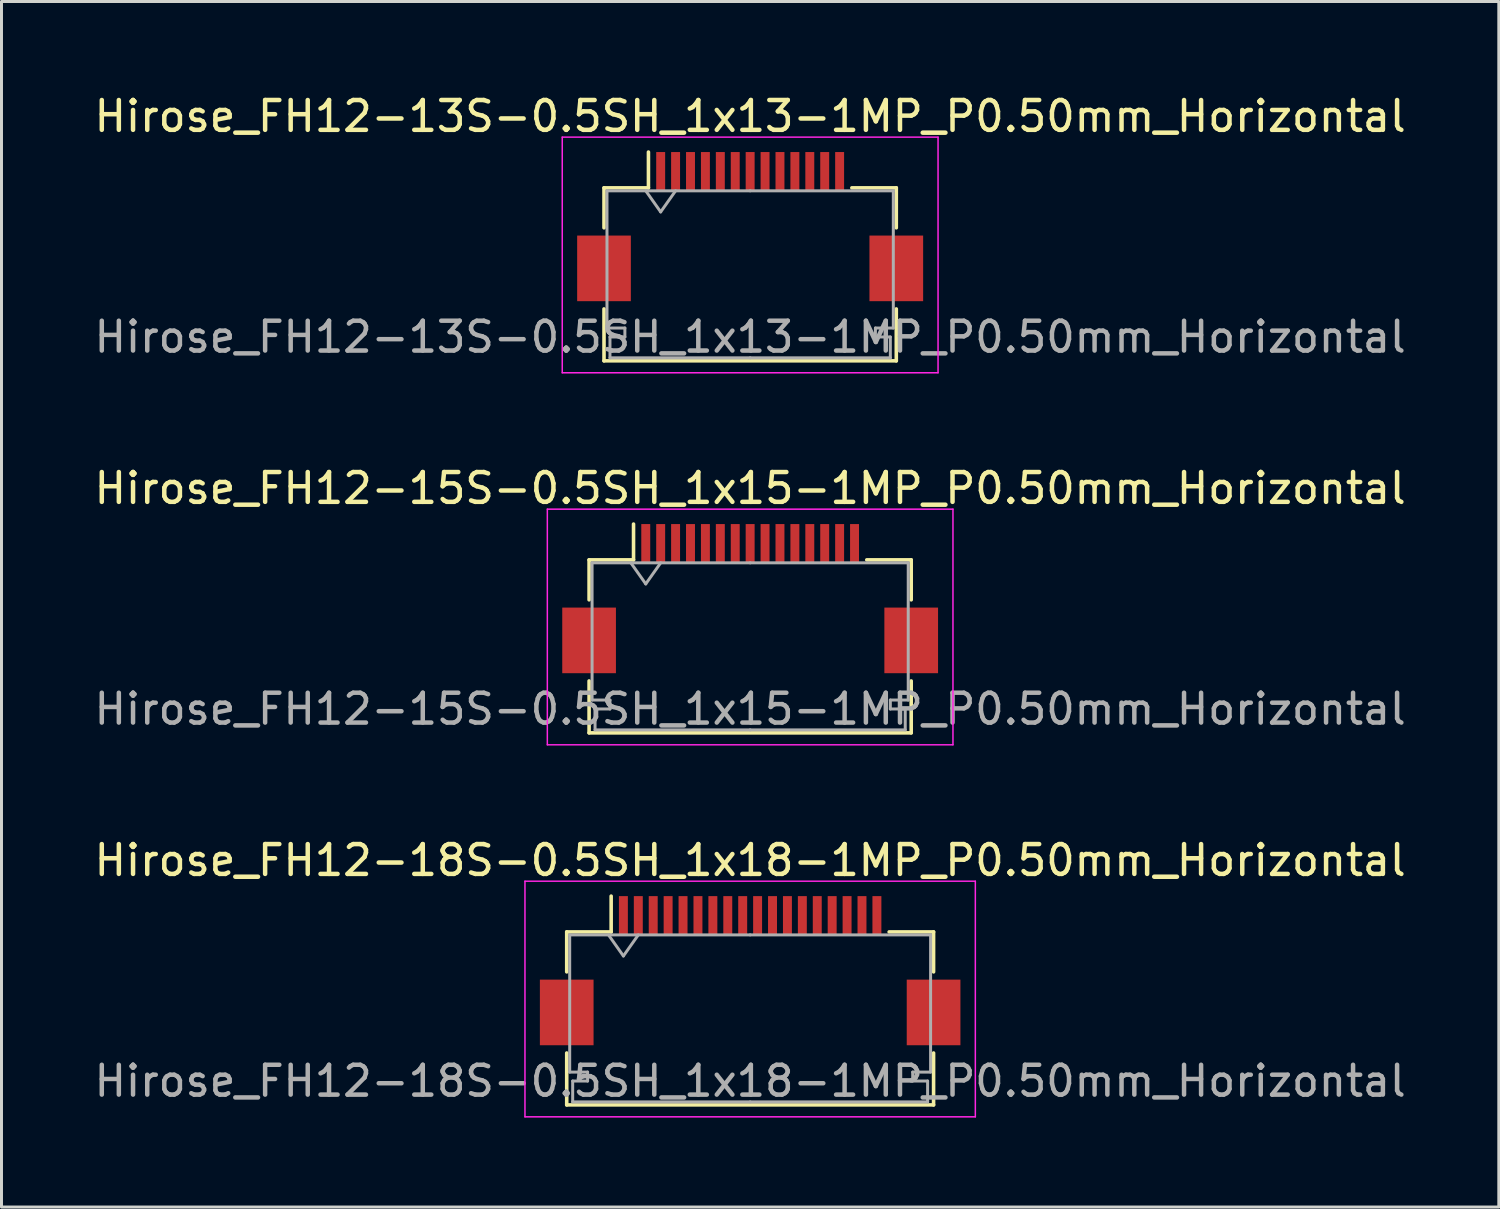
<source format=kicad_pcb>
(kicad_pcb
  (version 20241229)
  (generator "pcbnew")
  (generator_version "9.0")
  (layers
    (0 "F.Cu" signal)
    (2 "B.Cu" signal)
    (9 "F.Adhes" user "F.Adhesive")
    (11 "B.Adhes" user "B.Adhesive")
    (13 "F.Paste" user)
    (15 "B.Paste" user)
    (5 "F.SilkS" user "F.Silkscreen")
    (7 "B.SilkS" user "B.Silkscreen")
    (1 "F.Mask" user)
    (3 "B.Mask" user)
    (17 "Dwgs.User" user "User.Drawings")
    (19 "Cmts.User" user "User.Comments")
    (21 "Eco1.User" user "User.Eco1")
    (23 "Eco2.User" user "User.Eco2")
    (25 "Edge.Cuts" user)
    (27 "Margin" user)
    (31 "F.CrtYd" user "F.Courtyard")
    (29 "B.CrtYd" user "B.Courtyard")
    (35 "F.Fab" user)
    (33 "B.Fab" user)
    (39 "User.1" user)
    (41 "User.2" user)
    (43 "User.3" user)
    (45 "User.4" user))
  (footprint "Hirose_FH12-13S-0.5SH_1x13-1MP_P0.50mm_Horizontal"
    (layer "F.Cu")
    (at 22.101 4.548)
    (property "Reference" "Hirose_FH12-13S-0.5SH_1x13-1MP_P0.50mm_Horizontal" (at 0 -3.7 0) (layer "F.SilkS") (effects (font (size 1 1) (thickness 0.15))))
    (attr smd)
    (fp_line (start -4.9 -1.3) (end -4.9 0.04) (stroke (width 0.12) (type solid)) (layer "F.SilkS"))
    (fp_line (start -4.9 2.76) (end -4.9 4.5) (stroke (width 0.12) (type solid)) (layer "F.SilkS"))
    (fp_line (start -4.9 4.5) (end 4.9 4.5) (stroke (width 0.12) (type solid)) (layer "F.SilkS"))
    (fp_line (start -3.41 -1.3) (end -4.9 -1.3) (stroke (width 0.12) (type solid)) (layer "F.SilkS"))
    (fp_line (start -3.41 -1.3) (end -3.41 -2.5) (stroke (width 0.12) (type solid)) (layer "F.SilkS"))
    (fp_line (start 3.41 -1.3) (end 4.9 -1.3) (stroke (width 0.12) (type solid)) (layer "F.SilkS"))
    (fp_line (start 4.9 -1.3) (end 4.9 0.04) (stroke (width 0.12) (type solid)) (layer "F.SilkS"))
    (fp_line (start 4.9 4.5) (end 4.9 2.76) (stroke (width 0.12) (type solid)) (layer "F.SilkS"))
    (fp_line (start -6.3 -3) (end -6.3 4.9) (stroke (width 0.05) (type solid)) (layer "F.CrtYd"))
    (fp_line (start -6.3 4.9) (end 6.3 4.9) (stroke (width 0.05) (type solid)) (layer "F.CrtYd"))
    (fp_line (start 6.3 -3) (end -6.3 -3) (stroke (width 0.05) (type solid)) (layer "F.CrtYd"))
    (fp_line (start 6.3 4.9) (end 6.3 -3) (stroke (width 0.05) (type solid)) (layer "F.CrtYd"))
    (fp_line (start -4.8 -1.2) (end -4.8 3.4) (stroke (width 0.1) (type solid)) (layer "F.Fab"))
    (fp_line (start -4.8 3.4) (end -4.2 3.4) (stroke (width 0.1) (type solid)) (layer "F.Fab"))
    (fp_line (start -4.7 3.7) (end -4.7 4.4) (stroke (width 0.1) (type solid)) (layer "F.Fab"))
    (fp_line (start -4.7 4.4) (end 0 4.4) (stroke (width 0.1) (type solid)) (layer "F.Fab"))
    (fp_line (start -4.2 3.4) (end -4.2 3.7) (stroke (width 0.1) (type solid)) (layer "F.Fab"))
    (fp_line (start -4.2 3.7) (end -4.7 3.7) (stroke (width 0.1) (type solid)) (layer "F.Fab"))
    (fp_line (start -3.5 -1.2) (end -3 -0.493) (stroke (width 0.1) (type solid)) (layer "F.Fab"))
    (fp_line (start -3 -0.493) (end -2.5 -1.2) (stroke (width 0.1) (type solid)) (layer "F.Fab"))
    (fp_line (start 0 -1.2) (end -4.8 -1.2) (stroke (width 0.1) (type solid)) (layer "F.Fab"))
    (fp_line (start 0 -1.2) (end 4.8 -1.2) (stroke (width 0.1) (type solid)) (layer "F.Fab"))
    (fp_line (start 4.2 3.4) (end 4.2 3.7) (stroke (width 0.1) (type solid)) (layer "F.Fab"))
    (fp_line (start 4.2 3.7) (end 4.7 3.7) (stroke (width 0.1) (type solid)) (layer "F.Fab"))
    (fp_line (start 4.7 3.7) (end 4.7 4.4) (stroke (width 0.1) (type solid)) (layer "F.Fab"))
    (fp_line (start 4.7 4.4) (end 0 4.4) (stroke (width 0.1) (type solid)) (layer "F.Fab"))
    (fp_line (start 4.8 -1.2) (end 4.8 3.4) (stroke (width 0.1) (type solid)) (layer "F.Fab"))
    (fp_line (start 4.8 3.4) (end 4.2 3.4) (stroke (width 0.1) (type solid)) (layer "F.Fab"))
    (fp_text user "${REFERENCE}" (at 0 3.7 0) (layer "F.Fab") (effects (font (size 1 1) (thickness 0.15))))
    (pad "1" smd rect (at -3 -1.85) (size 0.3 1.3) (layers "F.Cu" "F.Mask" "F.Paste"))
    (pad "2" smd rect (at -2.5 -1.85) (size 0.3 1.3) (layers "F.Cu" "F.Mask" "F.Paste"))
    (pad "3" smd rect (at -2 -1.85) (size 0.3 1.3) (layers "F.Cu" "F.Mask" "F.Paste"))
    (pad "4" smd rect (at -1.5 -1.85) (size 0.3 1.3) (layers "F.Cu" "F.Mask" "F.Paste"))
    (pad "5" smd rect (at -1 -1.85) (size 0.3 1.3) (layers "F.Cu" "F.Mask" "F.Paste"))
    (pad "6" smd rect (at -0.5 -1.85) (size 0.3 1.3) (layers "F.Cu" "F.Mask" "F.Paste"))
    (pad "7" smd rect (at 0 -1.85) (size 0.3 1.3) (layers "F.Cu" "F.Mask" "F.Paste"))
    (pad "8" smd rect (at 0.5 -1.85) (size 0.3 1.3) (layers "F.Cu" "F.Mask" "F.Paste"))
    (pad "9" smd rect (at 1 -1.85) (size 0.3 1.3) (layers "F.Cu" "F.Mask" "F.Paste"))
    (pad "10" smd rect (at 1.5 -1.85) (size 0.3 1.3) (layers "F.Cu" "F.Mask" "F.Paste"))
    (pad "11" smd rect (at 2 -1.85) (size 0.3 1.3) (layers "F.Cu" "F.Mask" "F.Paste"))
    (pad "12" smd rect (at 2.5 -1.85) (size 0.3 1.3) (layers "F.Cu" "F.Mask" "F.Paste"))
    (pad "13" smd rect (at 3 -1.85) (size 0.3 1.3) (layers "F.Cu" "F.Mask" "F.Paste"))
    (pad "MP" smd rect (at -4.9 1.4) (size 1.8 2.2) (layers "F.Cu" "F.Mask" "F.Paste"))
    (pad "MP" smd rect (at 4.9 1.4) (size 1.8 2.2) (layers "F.Cu" "F.Mask" "F.Paste")))
  (footprint "Hirose_FH12-15S-0.5SH_1x15-1MP_P0.50mm_Horizontal"
    (layer "F.Cu")
    (at 22.101 17.021)
    (property "Reference" "Hirose_FH12-15S-0.5SH_1x15-1MP_P0.50mm_Horizontal" (at 0 -3.7 0) (layer "F.SilkS") (effects (font (size 1 1) (thickness 0.15))))
    (attr smd)
    (fp_line (start -5.4 -1.3) (end -5.4 0.04) (stroke (width 0.12) (type solid)) (layer "F.SilkS"))
    (fp_line (start -5.4 2.76) (end -5.4 4.5) (stroke (width 0.12) (type solid)) (layer "F.SilkS"))
    (fp_line (start -5.4 4.5) (end 5.4 4.5) (stroke (width 0.12) (type solid)) (layer "F.SilkS"))
    (fp_line (start -3.91 -1.3) (end -5.4 -1.3) (stroke (width 0.12) (type solid)) (layer "F.SilkS"))
    (fp_line (start -3.91 -1.3) (end -3.91 -2.5) (stroke (width 0.12) (type solid)) (layer "F.SilkS"))
    (fp_line (start 3.91 -1.3) (end 5.4 -1.3) (stroke (width 0.12) (type solid)) (layer "F.SilkS"))
    (fp_line (start 5.4 -1.3) (end 5.4 0.04) (stroke (width 0.12) (type solid)) (layer "F.SilkS"))
    (fp_line (start 5.4 4.5) (end 5.4 2.76) (stroke (width 0.12) (type solid)) (layer "F.SilkS"))
    (fp_line (start -6.8 -3) (end -6.8 4.9) (stroke (width 0.05) (type solid)) (layer "F.CrtYd"))
    (fp_line (start -6.8 4.9) (end 6.8 4.9) (stroke (width 0.05) (type solid)) (layer "F.CrtYd"))
    (fp_line (start 6.8 -3) (end -6.8 -3) (stroke (width 0.05) (type solid)) (layer "F.CrtYd"))
    (fp_line (start 6.8 4.9) (end 6.8 -3) (stroke (width 0.05) (type solid)) (layer "F.CrtYd"))
    (fp_line (start -5.3 -1.2) (end -5.3 3.4) (stroke (width 0.1) (type solid)) (layer "F.Fab"))
    (fp_line (start -5.3 3.4) (end -4.7 3.4) (stroke (width 0.1) (type solid)) (layer "F.Fab"))
    (fp_line (start -5.2 3.7) (end -5.2 4.4) (stroke (width 0.1) (type solid)) (layer "F.Fab"))
    (fp_line (start -5.2 4.4) (end 0 4.4) (stroke (width 0.1) (type solid)) (layer "F.Fab"))
    (fp_line (start -4.7 3.4) (end -4.7 3.7) (stroke (width 0.1) (type solid)) (layer "F.Fab"))
    (fp_line (start -4.7 3.7) (end -5.2 3.7) (stroke (width 0.1) (type solid)) (layer "F.Fab"))
    (fp_line (start -4 -1.2) (end -3.5 -0.493) (stroke (width 0.1) (type solid)) (layer "F.Fab"))
    (fp_line (start -3.5 -0.493) (end -3 -1.2) (stroke (width 0.1) (type solid)) (layer "F.Fab"))
    (fp_line (start 0 -1.2) (end -5.3 -1.2) (stroke (width 0.1) (type solid)) (layer "F.Fab"))
    (fp_line (start 0 -1.2) (end 5.3 -1.2) (stroke (width 0.1) (type solid)) (layer "F.Fab"))
    (fp_line (start 4.7 3.4) (end 4.7 3.7) (stroke (width 0.1) (type solid)) (layer "F.Fab"))
    (fp_line (start 4.7 3.7) (end 5.2 3.7) (stroke (width 0.1) (type solid)) (layer "F.Fab"))
    (fp_line (start 5.2 3.7) (end 5.2 4.4) (stroke (width 0.1) (type solid)) (layer "F.Fab"))
    (fp_line (start 5.2 4.4) (end 0 4.4) (stroke (width 0.1) (type solid)) (layer "F.Fab"))
    (fp_line (start 5.3 -1.2) (end 5.3 3.4) (stroke (width 0.1) (type solid)) (layer "F.Fab"))
    (fp_line (start 5.3 3.4) (end 4.7 3.4) (stroke (width 0.1) (type solid)) (layer "F.Fab"))
    (fp_text user "${REFERENCE}" (at 0 3.7 0) (layer "F.Fab") (effects (font (size 1 1) (thickness 0.15))))
    (pad "1" smd rect (at -3.5 -1.85) (size 0.3 1.3) (layers "F.Cu" "F.Mask" "F.Paste"))
    (pad "2" smd rect (at -3 -1.85) (size 0.3 1.3) (layers "F.Cu" "F.Mask" "F.Paste"))
    (pad "3" smd rect (at -2.5 -1.85) (size 0.3 1.3) (layers "F.Cu" "F.Mask" "F.Paste"))
    (pad "4" smd rect (at -2 -1.85) (size 0.3 1.3) (layers "F.Cu" "F.Mask" "F.Paste"))
    (pad "5" smd rect (at -1.5 -1.85) (size 0.3 1.3) (layers "F.Cu" "F.Mask" "F.Paste"))
    (pad "6" smd rect (at -1 -1.85) (size 0.3 1.3) (layers "F.Cu" "F.Mask" "F.Paste"))
    (pad "7" smd rect (at -0.5 -1.85) (size 0.3 1.3) (layers "F.Cu" "F.Mask" "F.Paste"))
    (pad "8" smd rect (at 0 -1.85) (size 0.3 1.3) (layers "F.Cu" "F.Mask" "F.Paste"))
    (pad "9" smd rect (at 0.5 -1.85) (size 0.3 1.3) (layers "F.Cu" "F.Mask" "F.Paste"))
    (pad "10" smd rect (at 1 -1.85) (size 0.3 1.3) (layers "F.Cu" "F.Mask" "F.Paste"))
    (pad "11" smd rect (at 1.5 -1.85) (size 0.3 1.3) (layers "F.Cu" "F.Mask" "F.Paste"))
    (pad "12" smd rect (at 2 -1.85) (size 0.3 1.3) (layers "F.Cu" "F.Mask" "F.Paste"))
    (pad "13" smd rect (at 2.5 -1.85) (size 0.3 1.3) (layers "F.Cu" "F.Mask" "F.Paste"))
    (pad "14" smd rect (at 3 -1.85) (size 0.3 1.3) (layers "F.Cu" "F.Mask" "F.Paste"))
    (pad "15" smd rect (at 3.5 -1.85) (size 0.3 1.3) (layers "F.Cu" "F.Mask" "F.Paste"))
    (pad "MP" smd rect (at -5.4 1.4) (size 1.8 2.2) (layers "F.Cu" "F.Mask" "F.Paste"))
    (pad "MP" smd rect (at 5.4 1.4) (size 1.8 2.2) (layers "F.Cu" "F.Mask" "F.Paste")))
  (footprint "Hirose_FH12-18S-0.5SH_1x18-1MP_P0.50mm_Horizontal"
    (layer "F.Cu")
    (at 22.101 29.495)
    (property "Reference" "Hirose_FH12-18S-0.5SH_1x18-1MP_P0.50mm_Horizontal" (at 0 -3.7 0) (layer "F.SilkS") (effects (font (size 1 1) (thickness 0.15))))
    (attr smd)
    (fp_line (start -6.15 -1.3) (end -6.15 0.04) (stroke (width 0.12) (type solid)) (layer "F.SilkS"))
    (fp_line (start -6.15 2.76) (end -6.15 4.5) (stroke (width 0.12) (type solid)) (layer "F.SilkS"))
    (fp_line (start -6.15 4.5) (end 6.15 4.5) (stroke (width 0.12) (type solid)) (layer "F.SilkS"))
    (fp_line (start -4.66 -1.3) (end -6.15 -1.3) (stroke (width 0.12) (type solid)) (layer "F.SilkS"))
    (fp_line (start -4.66 -1.3) (end -4.66 -2.5) (stroke (width 0.12) (type solid)) (layer "F.SilkS"))
    (fp_line (start 4.66 -1.3) (end 6.15 -1.3) (stroke (width 0.12) (type solid)) (layer "F.SilkS"))
    (fp_line (start 6.15 -1.3) (end 6.15 0.04) (stroke (width 0.12) (type solid)) (layer "F.SilkS"))
    (fp_line (start 6.15 4.5) (end 6.15 2.76) (stroke (width 0.12) (type solid)) (layer "F.SilkS"))
    (fp_line (start -7.55 -3) (end -7.55 4.9) (stroke (width 0.05) (type solid)) (layer "F.CrtYd"))
    (fp_line (start -7.55 4.9) (end 7.55 4.9) (stroke (width 0.05) (type solid)) (layer "F.CrtYd"))
    (fp_line (start 7.55 -3) (end -7.55 -3) (stroke (width 0.05) (type solid)) (layer "F.CrtYd"))
    (fp_line (start 7.55 4.9) (end 7.55 -3) (stroke (width 0.05) (type solid)) (layer "F.CrtYd"))
    (fp_line (start -6.05 -1.2) (end -6.05 3.4) (stroke (width 0.1) (type solid)) (layer "F.Fab"))
    (fp_line (start -6.05 3.4) (end -5.45 3.4) (stroke (width 0.1) (type solid)) (layer "F.Fab"))
    (fp_line (start -5.95 3.7) (end -5.95 4.4) (stroke (width 0.1) (type solid)) (layer "F.Fab"))
    (fp_line (start -5.95 4.4) (end 0 4.4) (stroke (width 0.1) (type solid)) (layer "F.Fab"))
    (fp_line (start -5.45 3.4) (end -5.45 3.7) (stroke (width 0.1) (type solid)) (layer "F.Fab"))
    (fp_line (start -5.45 3.7) (end -5.95 3.7) (stroke (width 0.1) (type solid)) (layer "F.Fab"))
    (fp_line (start -4.75 -1.2) (end -4.25 -0.493) (stroke (width 0.1) (type solid)) (layer "F.Fab"))
    (fp_line (start -4.25 -0.493) (end -3.75 -1.2) (stroke (width 0.1) (type solid)) (layer "F.Fab"))
    (fp_line (start 0 -1.2) (end -6.05 -1.2) (stroke (width 0.1) (type solid)) (layer "F.Fab"))
    (fp_line (start 0 -1.2) (end 6.05 -1.2) (stroke (width 0.1) (type solid)) (layer "F.Fab"))
    (fp_line (start 5.45 3.4) (end 5.45 3.7) (stroke (width 0.1) (type solid)) (layer "F.Fab"))
    (fp_line (start 5.45 3.7) (end 5.95 3.7) (stroke (width 0.1) (type solid)) (layer "F.Fab"))
    (fp_line (start 5.95 3.7) (end 5.95 4.4) (stroke (width 0.1) (type solid)) (layer "F.Fab"))
    (fp_line (start 5.95 4.4) (end 0 4.4) (stroke (width 0.1) (type solid)) (layer "F.Fab"))
    (fp_line (start 6.05 -1.2) (end 6.05 3.4) (stroke (width 0.1) (type solid)) (layer "F.Fab"))
    (fp_line (start 6.05 3.4) (end 5.45 3.4) (stroke (width 0.1) (type solid)) (layer "F.Fab"))
    (fp_text user "${REFERENCE}" (at 0 3.7 0) (layer "F.Fab") (effects (font (size 1 1) (thickness 0.15))))
    (pad "1" smd rect (at -4.25 -1.85) (size 0.3 1.3) (layers "F.Cu" "F.Mask" "F.Paste"))
    (pad "2" smd rect (at -3.75 -1.85) (size 0.3 1.3) (layers "F.Cu" "F.Mask" "F.Paste"))
    (pad "3" smd rect (at -3.25 -1.85) (size 0.3 1.3) (layers "F.Cu" "F.Mask" "F.Paste"))
    (pad "4" smd rect (at -2.75 -1.85) (size 0.3 1.3) (layers "F.Cu" "F.Mask" "F.Paste"))
    (pad "5" smd rect (at -2.25 -1.85) (size 0.3 1.3) (layers "F.Cu" "F.Mask" "F.Paste"))
    (pad "6" smd rect (at -1.75 -1.85) (size 0.3 1.3) (layers "F.Cu" "F.Mask" "F.Paste"))
    (pad "7" smd rect (at -1.25 -1.85) (size 0.3 1.3) (layers "F.Cu" "F.Mask" "F.Paste"))
    (pad "8" smd rect (at -0.75 -1.85) (size 0.3 1.3) (layers "F.Cu" "F.Mask" "F.Paste"))
    (pad "9" smd rect (at -0.25 -1.85) (size 0.3 1.3) (layers "F.Cu" "F.Mask" "F.Paste"))
    (pad "10" smd rect (at 0.25 -1.85) (size 0.3 1.3) (layers "F.Cu" "F.Mask" "F.Paste"))
    (pad "11" smd rect (at 0.75 -1.85) (size 0.3 1.3) (layers "F.Cu" "F.Mask" "F.Paste"))
    (pad "12" smd rect (at 1.25 -1.85) (size 0.3 1.3) (layers "F.Cu" "F.Mask" "F.Paste"))
    (pad "13" smd rect (at 1.75 -1.85) (size 0.3 1.3) (layers "F.Cu" "F.Mask" "F.Paste"))
    (pad "14" smd rect (at 2.25 -1.85) (size 0.3 1.3) (layers "F.Cu" "F.Mask" "F.Paste"))
    (pad "15" smd rect (at 2.75 -1.85) (size 0.3 1.3) (layers "F.Cu" "F.Mask" "F.Paste"))
    (pad "16" smd rect (at 3.25 -1.85) (size 0.3 1.3) (layers "F.Cu" "F.Mask" "F.Paste"))
    (pad "17" smd rect (at 3.75 -1.85) (size 0.3 1.3) (layers "F.Cu" "F.Mask" "F.Paste"))
    (pad "18" smd rect (at 4.25 -1.85) (size 0.3 1.3) (layers "F.Cu" "F.Mask" "F.Paste"))
    (pad "MP" smd rect (at -6.15 1.4) (size 1.8 2.2) (layers "F.Cu" "F.Mask" "F.Paste"))
    (pad "MP" smd rect (at 6.15 1.4) (size 1.8 2.2) (layers "F.Cu" "F.Mask" "F.Paste")))
  (gr_rect
    (start -3 -3)
    (end 47.202 37.42)
    (stroke (width 0.1) (type default))
    (fill no)
    (layer "Edge.Cuts")))
</source>
